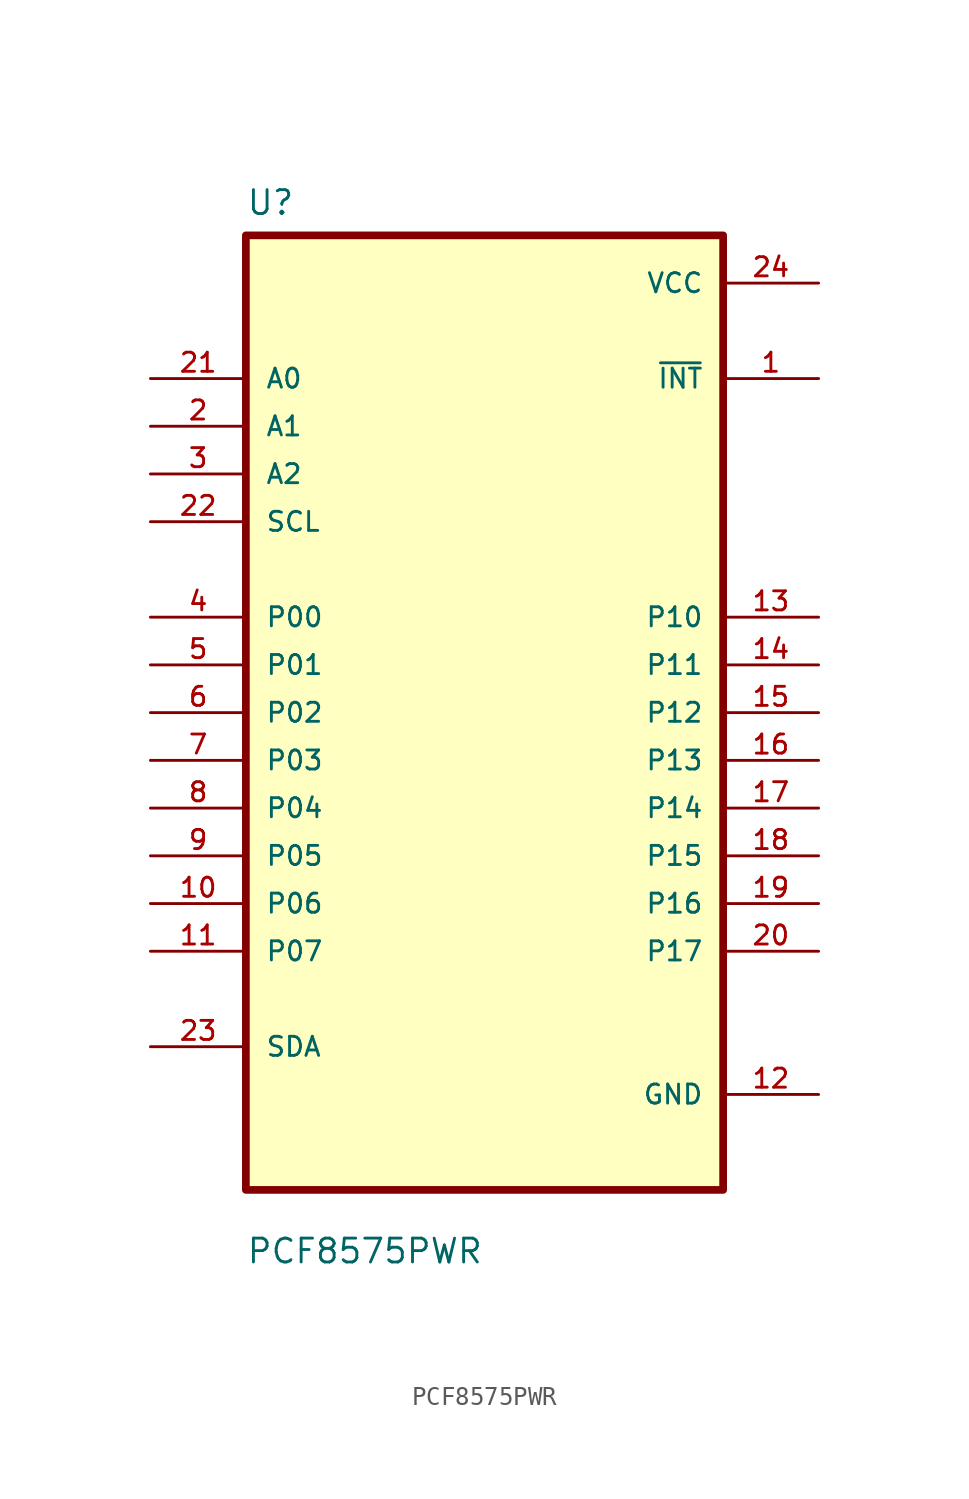
<source format=kicad_sym>
(kicad_symbol_lib
  (version 20211014)
  (generator kicad_symbol_editor)
  (symbol "PCF8575PWR"
    (pin_names
      (offset 1.016))
    (property "Reference" "U"
      (at -12.7 26.4 0.0)
      (effects (font (size 1.27 1.27)) (justify bottom left)))
    (property "Value" "PCF8575PWR"
      (at -12.7 -29.4 0.0)
      (effects (font (size 1.27 1.27)) (justify bottom left)))
    (symbol "PCF8575PWR_0_0"
      (rectangle (start -12.7 -25.4) (end 12.7 25.4) (stroke (width 0.41)) (fill (type background)))
      (pin input line (at -17.78 17.78 0) (length 5.08) (name "A0" (effects (font (size 1.016 1.016)))) (number "21" (effects (font (size 1.016 1.016)))))
      (pin input line (at -17.78 15.24 0) (length 5.08) (name "A1" (effects (font (size 1.016 1.016)))) (number "2" (effects (font (size 1.016 1.016)))))
      (pin input line (at -17.78 12.7 0) (length 5.08) (name "A2" (effects (font (size 1.016 1.016)))) (number "3" (effects (font (size 1.016 1.016)))))
      (pin input line (at -17.78 10.16 0) (length 5.08) (name "SCL" (effects (font (size 1.016 1.016)))) (number "22" (effects (font (size 1.016 1.016)))))
      (pin bidirectional line (at -17.78 5.08 0) (length 5.08) (name "P00" (effects (font (size 1.016 1.016)))) (number "4" (effects (font (size 1.016 1.016)))))
      (pin bidirectional line (at -17.78 2.54 0) (length 5.08) (name "P01" (effects (font (size 1.016 1.016)))) (number "5" (effects (font (size 1.016 1.016)))))
      (pin bidirectional line (at -17.78 3.55271e-15 0) (length 5.08) (name "P02" (effects (font (size 1.016 1.016)))) (number "6" (effects (font (size 1.016 1.016)))))
      (pin bidirectional line (at -17.78 -2.54 0) (length 5.08) (name "P03" (effects (font (size 1.016 1.016)))) (number "7" (effects (font (size 1.016 1.016)))))
      (pin bidirectional line (at -17.78 -5.08 0) (length 5.08) (name "P04" (effects (font (size 1.016 1.016)))) (number "8" (effects (font (size 1.016 1.016)))))
      (pin bidirectional line (at -17.78 -7.62 0) (length 5.08) (name "P05" (effects (font (size 1.016 1.016)))) (number "9" (effects (font (size 1.016 1.016)))))
      (pin bidirectional line (at -17.78 -10.16 0) (length 5.08) (name "P06" (effects (font (size 1.016 1.016)))) (number "10" (effects (font (size 1.016 1.016)))))
      (pin bidirectional line (at -17.78 -12.7 0) (length 5.08) (name "P07" (effects (font (size 1.016 1.016)))) (number "11" (effects (font (size 1.016 1.016)))))
      (pin bidirectional line (at -17.78 -17.78 0) (length 5.08) (name "SDA" (effects (font (size 1.016 1.016)))) (number "23" (effects (font (size 1.016 1.016)))))
      (pin power_in line (at 17.78 22.86 180.0) (length 5.08) (name "VCC" (effects (font (size 1.016 1.016)))) (number "24" (effects (font (size 1.016 1.016)))))
      (pin output line (at 17.78 17.78 180.0) (length 5.08) (name "~{INT}" (effects (font (size 1.016 1.016)))) (number "1" (effects (font (size 1.016 1.016)))))
      (pin bidirectional line (at 17.78 5.08 180.0) (length 5.08) (name "P10" (effects (font (size 1.016 1.016)))) (number "13" (effects (font (size 1.016 1.016)))))
      (pin bidirectional line (at 17.78 2.54 180.0) (length 5.08) (name "P11" (effects (font (size 1.016 1.016)))) (number "14" (effects (font (size 1.016 1.016)))))
      (pin bidirectional line (at 17.78 1.77636e-15 180.0) (length 5.08) (name "P12" (effects (font (size 1.016 1.016)))) (number "15" (effects (font (size 1.016 1.016)))))
      (pin bidirectional line (at 17.78 -2.54 180.0) (length 5.08) (name "P13" (effects (font (size 1.016 1.016)))) (number "16" (effects (font (size 1.016 1.016)))))
      (pin bidirectional line (at 17.78 -5.08 180.0) (length 5.08) (name "P14" (effects (font (size 1.016 1.016)))) (number "17" (effects (font (size 1.016 1.016)))))
      (pin bidirectional line (at 17.78 -7.62 180.0) (length 5.08) (name "P15" (effects (font (size 1.016 1.016)))) (number "18" (effects (font (size 1.016 1.016)))))
      (pin bidirectional line (at 17.78 -10.16 180.0) (length 5.08) (name "P16" (effects (font (size 1.016 1.016)))) (number "19" (effects (font (size 1.016 1.016)))))
      (pin bidirectional line (at 17.78 -12.7 180.0) (length 5.08) (name "P17" (effects (font (size 1.016 1.016)))) (number "20" (effects (font (size 1.016 1.016)))))
      (pin power_in line (at 17.78 -20.32 180.0) (length 5.08) (name "GND" (effects (font (size 1.016 1.016)))) (number "12" (effects (font (size 1.016 1.016))))))))
</source>
